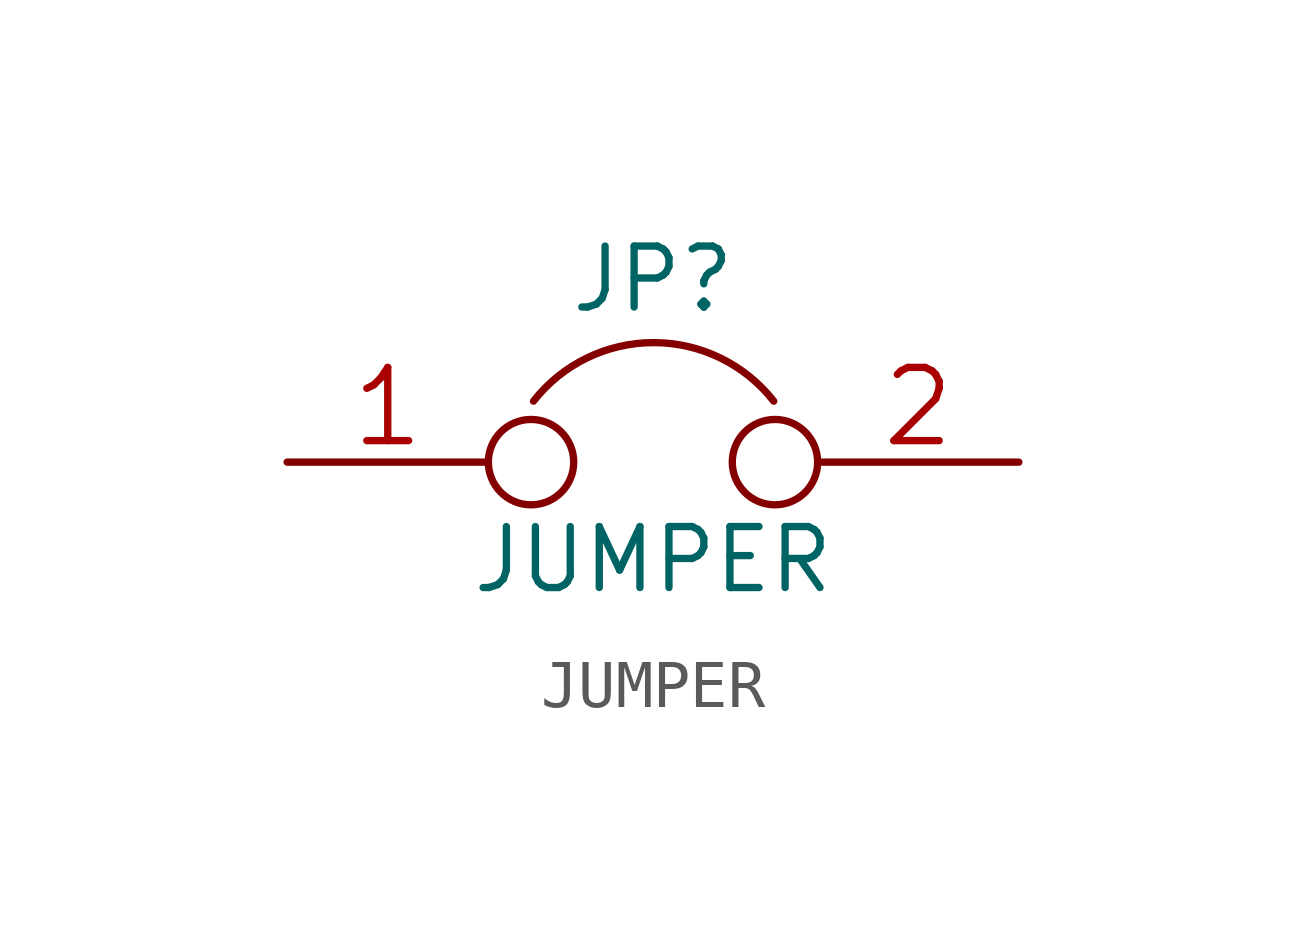
<source format=kicad_sym>
(kicad_symbol_lib
  (version 20201005)
  (generator kicad_symbol_editor)
  (symbol "pic_programmer_schlib:JUMPER"
    (pin_names
      (offset 0.762) hide)
    (property "Reference" "JP"
      (at 0 3.81 0)
      (effects (font (size 1.27 1.27))))
    (property "Value" "JUMPER"
      (at 0 -2.032 0)
      (effects (font (size 1.27 1.27))))
    (property "Footprint" ""
      (at 0 0 0)
      (effects (font (size 1.524 1.524))))
    (property "Datasheet" ""
      (at 0 0 0)
      (effects (font (size 1.524 1.524))))
    (symbol "JUMPER_0_1"
      (arc (start -2.4892 1.27) (end 2.5146 1.27) (radius (at 0 -0.6604) (length 3.175) (angles 142.6 37.3)) (stroke (width 0)) (fill (type none)))
      (circle (center -2.54 0) (radius 0.889) (stroke (width 0)) (fill (type none)))
      (circle (center 2.54 0) (radius 0.889) (stroke (width 0)) (fill (type none)))
      (pin passive line (at -7.62 0 0) (length 4.191) (name "1" (effects (font (size 1.524 1.524)))) (number "1" (effects (font (size 1.524 1.524)))))
      (pin passive line (at 7.62 0 180) (length 4.191) (name "2" (effects (font (size 1.524 1.524)))) (number "2" (effects (font (size 1.524 1.524))))))))
</source>
